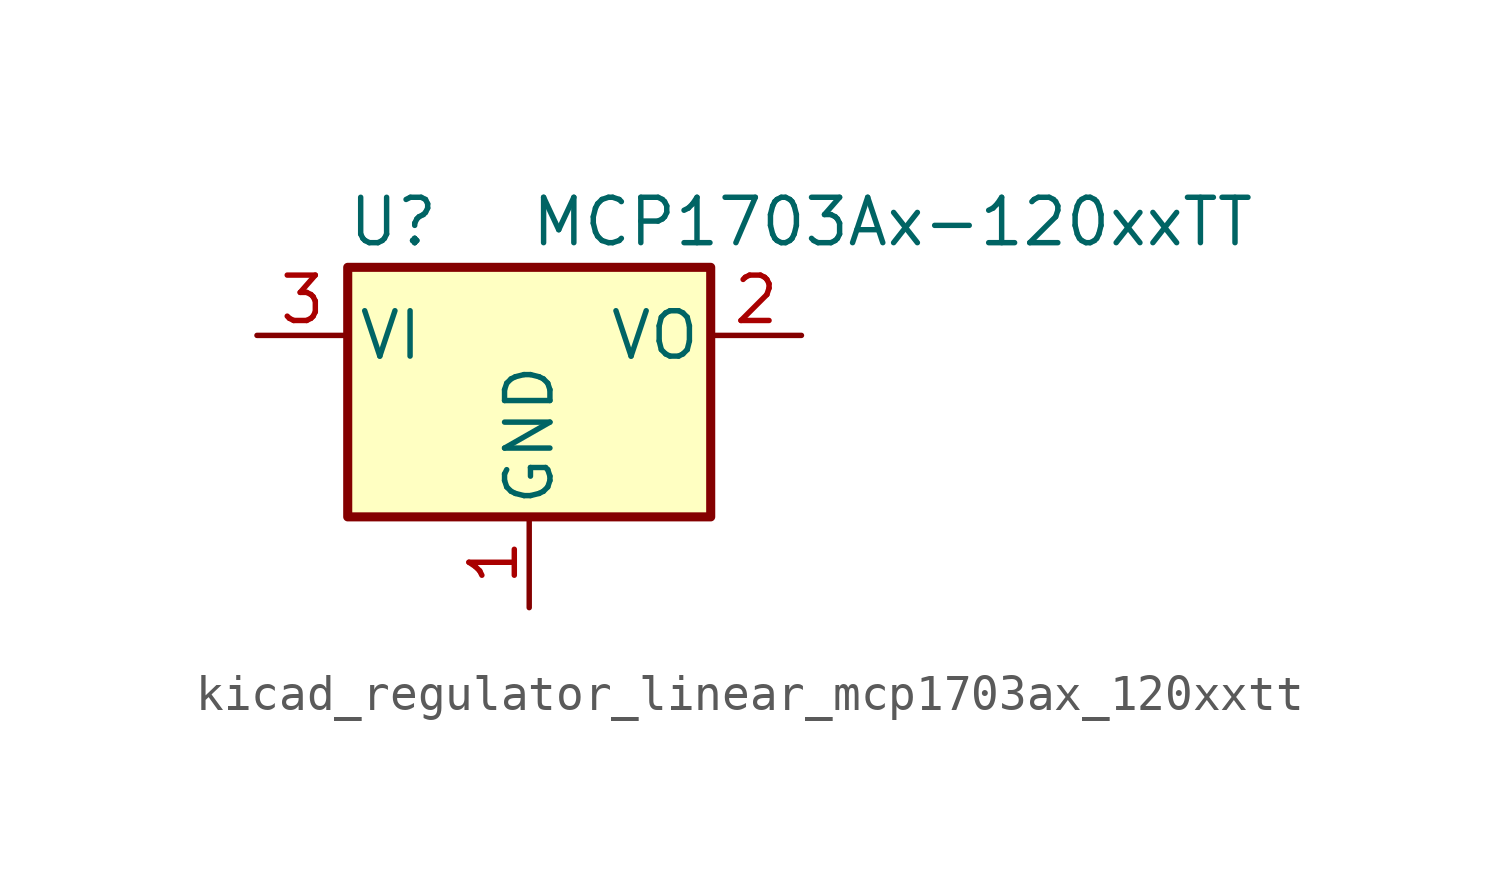
<source format=kicad_sym>
(kicad_symbol_lib
  (version 20220914)
  (generator kicad_symbol_editor)
  (symbol "kicad_regulator_linear_mcp1703ax_120xxtt"
    (pin_names
      (offset 0.254))
    (property "Reference" "U"
      (at -3.81 3.175 0)
      (effects (font (size 1.27 1.27))))
    (property "Value" "MCP1703Ax-120xxTT"
      (at 0 3.175 0)
      (effects (font (size 1.27 1.27)) (justify left)))
    (symbol "kicad_regulator_linear_mcp1703ax_120xxtt_0_1"
      (rectangle (start -5.08 -5.08) (end 5.08 1.905) (stroke (width 0.254) (type default)) (fill (type background))))
    (symbol "kicad_regulator_linear_mcp1703ax_120xxtt_1_1"
      (pin power_in line (at 0 -7.62 90) (length 2.54) (name "GND" (effects (font (size 1.27 1.27)))) (number "1" (effects (font (size 1.27 1.27)))))
      (pin power_out line (at 7.62 0 180) (length 2.54) (name "VO" (effects (font (size 1.27 1.27)))) (number "2" (effects (font (size 1.27 1.27)))))
      (pin power_in line (at -7.62 0 0) (length 2.54) (name "VI" (effects (font (size 1.27 1.27)))) (number "3" (effects (font (size 1.27 1.27))))))))
</source>
